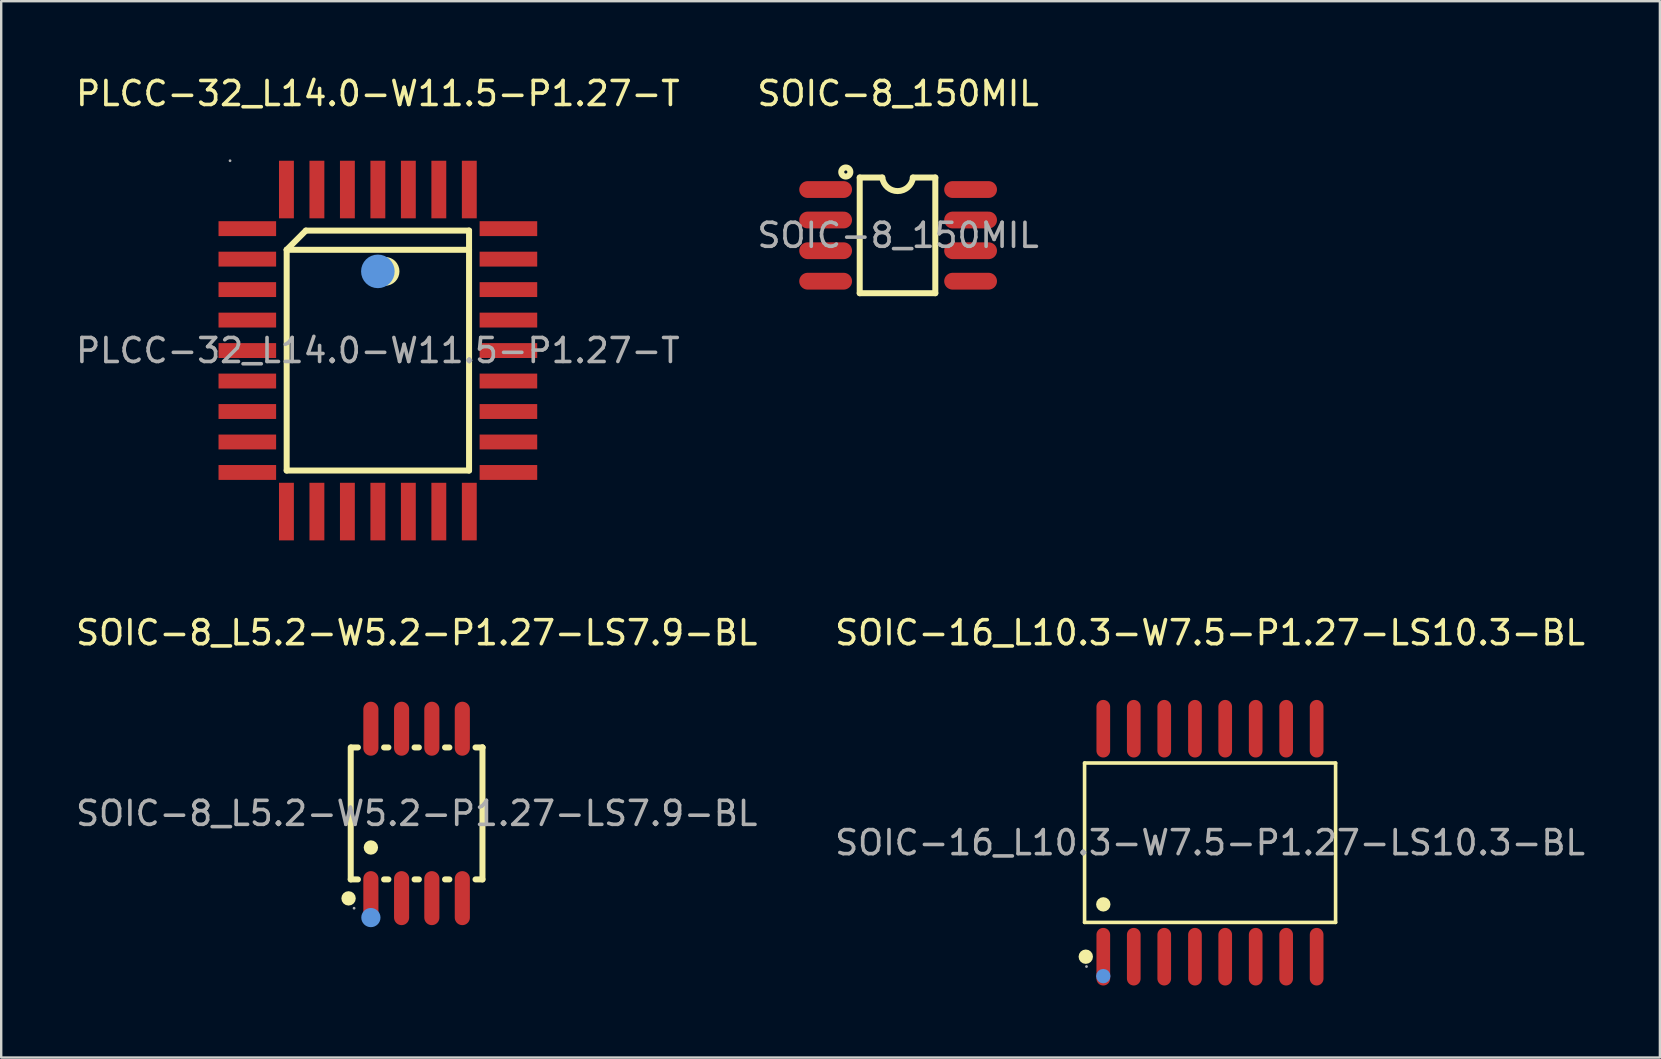
<source format=kicad_pcb>
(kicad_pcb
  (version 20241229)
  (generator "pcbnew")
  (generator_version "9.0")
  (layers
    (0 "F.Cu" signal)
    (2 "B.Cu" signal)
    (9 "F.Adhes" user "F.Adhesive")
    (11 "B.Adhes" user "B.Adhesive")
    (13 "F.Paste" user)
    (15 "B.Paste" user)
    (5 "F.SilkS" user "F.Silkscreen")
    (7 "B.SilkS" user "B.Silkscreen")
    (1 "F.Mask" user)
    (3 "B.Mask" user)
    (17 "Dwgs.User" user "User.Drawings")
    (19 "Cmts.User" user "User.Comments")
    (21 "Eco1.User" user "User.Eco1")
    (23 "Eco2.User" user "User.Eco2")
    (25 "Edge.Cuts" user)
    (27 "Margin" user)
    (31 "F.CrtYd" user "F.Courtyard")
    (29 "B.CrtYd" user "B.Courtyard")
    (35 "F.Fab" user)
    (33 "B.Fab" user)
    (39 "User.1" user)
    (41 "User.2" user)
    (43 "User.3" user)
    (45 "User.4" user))
  (footprint "SOIC-8_L5.2-W5.2-P1.27-LS7.9-BL"
    (layer "F.Cu")
    (at 14.315 30.846)
    (property "Reference" "SOIC-8_L5.2-W5.2-P1.27-LS7.9-BL" (at 0 -7.53 0) (layer "F.SilkS") (effects (font (size 1 1) (thickness 0.15))))
    (attr through_hole)
    (fp_line (start -2.75 -2.75) (end -2.75 2.75) (stroke (width 0.25) (type solid)) (layer "F.SilkS"))
    (fp_line (start -2.75 2.75) (end -2.45 2.75) (stroke (width 0.25) (type solid)) (layer "F.SilkS"))
    (fp_line (start -2.45 -2.75) (end -2.73 -2.75) (stroke (width 0.25) (type solid)) (layer "F.SilkS"))
    (fp_line (start -1.36 2.75) (end -1.18 2.75) (stroke (width 0.25) (type solid)) (layer "F.SilkS"))
    (fp_line (start -1.18 -2.75) (end -1.36 -2.75) (stroke (width 0.25) (type solid)) (layer "F.SilkS"))
    (fp_line (start -0.09 2.75) (end 0.09 2.75) (stroke (width 0.25) (type solid)) (layer "F.SilkS"))
    (fp_line (start 0.09 -2.75) (end -0.09 -2.75) (stroke (width 0.25) (type solid)) (layer "F.SilkS"))
    (fp_line (start 1.18 2.75) (end 1.36 2.75) (stroke (width 0.25) (type solid)) (layer "F.SilkS"))
    (fp_line (start 1.36 -2.75) (end 1.18 -2.75) (stroke (width 0.25) (type solid)) (layer "F.SilkS"))
    (fp_line (start 2.45 2.75) (end 2.74 2.75) (stroke (width 0.25) (type solid)) (layer "F.SilkS"))
    (fp_line (start 2.74 -2.75) (end 2.45 -2.75) (stroke (width 0.25) (type solid)) (layer "F.SilkS"))
    (fp_line (start 2.74 -2.75) (end 2.74 -2.75) (stroke (width 0.25) (type solid)) (layer "F.SilkS"))
    (fp_line (start 2.74 2.75) (end 2.74 -2.75) (stroke (width 0.25) (type solid)) (layer "F.SilkS"))
    (fp_circle (center -2.84 3.54) (end -2.69 3.54) (stroke (width 0.3) (type solid)) (fill no) (layer "F.SilkS"))
    (fp_circle (center -1.91 1.42) (end -1.76 1.42) (stroke (width 0.3) (type solid)) (fill no) (layer "F.SilkS"))
    (fp_circle (center -1.91 4.34) (end -1.71 4.34) (stroke (width 0.4) (type solid)) (fill no) (layer "Cmts.User"))
    (fp_circle (center -2.61 3.95) (end -2.58 3.95) (stroke (width 0.06) (type solid)) (fill no) (layer "F.Fab"))
    (fp_text user "${REFERENCE}" (at 0 0 0) (layer "F.Fab") (effects (font (size 1 1) (thickness 0.15))))
    (pad "1" smd oval (at -1.91 3.53) (size 0.63 2.25) (layers "F.Cu" "F.Mask" "F.Paste"))
    (pad "2" smd oval (at -0.63 3.53) (size 0.63 2.25) (layers "F.Cu" "F.Mask" "F.Paste"))
    (pad "3" smd oval (at 0.63 3.53) (size 0.63 2.25) (layers "F.Cu" "F.Mask" "F.Paste"))
    (pad "4" smd oval (at 1.9 3.53) (size 0.63 2.25) (layers "F.Cu" "F.Mask" "F.Paste"))
    (pad "5" smd oval (at 1.9 -3.53) (size 0.63 2.25) (layers "F.Cu" "F.Mask" "F.Paste"))
    (pad "6" smd oval (at 0.63 -3.53) (size 0.63 2.25) (layers "F.Cu" "F.Mask" "F.Paste"))
    (pad "7" smd oval (at -0.63 -3.53) (size 0.63 2.25) (layers "F.Cu" "F.Mask" "F.Paste"))
    (pad "8" smd oval (at -1.91 -3.53) (size 0.63 2.25) (layers "F.Cu" "F.Mask" "F.Paste")))
  (footprint "SOIC-8_150MIL"
    (layer "F.Cu")
    (at 34.375 6.758)
    (property "Reference" "SOIC-8_150MIL" (at 0 -5.91 0) (layer "F.SilkS") (effects (font (size 1 1) (thickness 0.15))))
    (attr through_hole)
    (fp_line (start -1.6 -2.41) (end -1.6 2.41) (stroke (width 0.25) (type solid)) (layer "F.SilkS"))
    (fp_line (start -1.6 2.41) (end 1.55 2.41) (stroke (width 0.25) (type solid)) (layer "F.SilkS"))
    (fp_line (start -0.66 -2.41) (end -1.6 -2.41) (stroke (width 0.25) (type solid)) (layer "F.SilkS"))
    (fp_line (start 1.55 -2.41) (end 0.61 -2.41) (stroke (width 0.25) (type solid)) (layer "F.SilkS"))
    (fp_line (start 1.55 2.41) (end 1.55 -2.41) (stroke (width 0.25) (type solid)) (layer "F.SilkS"))
    (fp_arc (start 0.619888 -2.409107) (mid -0.02045 -1.845019) (end -0.66 -2.41) (stroke (width 0.25) (type solid)) (layer "F.SilkS"))
    (fp_circle (center -2.18 -2.64) (end -1.99 -2.64) (stroke (width 0.25) (type solid)) (fill no) (layer "F.SilkS"))
    (fp_text user "${REFERENCE}" (at 0 0 0) (layer "F.Fab") (effects (font (size 1 1) (thickness 0.15))))
    (pad "1" smd oval (at -3.02 -1.91 90) (size 0.7 2.2) (layers "F.Cu" "F.Mask" "F.Paste"))
    (pad "2" smd oval (at -3.02 -0.64 90) (size 0.7 2.2) (layers "F.Cu" "F.Mask" "F.Paste"))
    (pad "3" smd oval (at -3.02 0.64 90) (size 0.7 2.2) (layers "F.Cu" "F.Mask" "F.Paste"))
    (pad "4" smd oval (at -3.02 1.91 90) (size 0.7 2.2) (layers "F.Cu" "F.Mask" "F.Paste"))
    (pad "5" smd oval (at 3.02 1.91 90) (size 0.7 2.2) (layers "F.Cu" "F.Mask" "F.Paste"))
    (pad "6" smd oval (at 3.02 0.64 90) (size 0.7 2.2) (layers "F.Cu" "F.Mask" "F.Paste"))
    (pad "7" smd oval (at 3.02 -0.64 90) (size 0.7 2.2) (layers "F.Cu" "F.Mask" "F.Paste"))
    (pad "8" smd oval (at 3.02 -1.91 90) (size 0.7 2.2) (layers "F.Cu" "F.Mask" "F.Paste")))
  (footprint "PLCC-32_L14.0-W11.5-P1.27-T"
    (layer "F.Cu")
    (at 12.696 11.558)
    (property "Reference" "PLCC-32_L14.0-W11.5-P1.27-T" (at 0 -10.71 0) (layer "F.SilkS") (effects (font (size 1 1) (thickness 0.15))))
    (attr through_hole)
    (fp_line (start -3.8 -4.2) (end -3 -5) (stroke (width 0.25) (type solid)) (layer "F.SilkS"))
    (fp_line (start -3.8 -4.2) (end 3.8 -4.2) (stroke (width 0.25) (type solid)) (layer "F.SilkS"))
    (fp_line (start -3.8 5) (end -3.8 -4.2) (stroke (width 0.25) (type solid)) (layer "F.SilkS"))
    (fp_line (start -3 -5) (end 3.8 -5) (stroke (width 0.25) (type solid)) (layer "F.SilkS"))
    (fp_line (start 3.8 -5) (end 3.8 5) (stroke (width 0.25) (type solid)) (layer "F.SilkS"))
    (fp_line (start 3.8 5) (end -3.8 5) (stroke (width 0.25) (type solid)) (layer "F.SilkS"))
    (fp_arc (start 0.3 -3.3) (mid 0.3 -3.3) (end 0.3 -3.3) (stroke (width 0.6) (type solid)) (layer "F.SilkS"))
    (fp_circle (center 0 -3.3) (end 0.35 -3.3) (stroke (width 0.7) (type solid)) (fill no) (layer "Cmts.User"))
    (fp_circle (center -6.16 -7.91) (end -6.13 -7.91) (stroke (width 0.06) (type solid)) (fill no) (layer "F.Fab"))
    (fp_text user "${REFERENCE}" (at 0 0 0) (layer "F.Fab") (effects (font (size 1 1) (thickness 0.15))))
    (pad "1" smd rect (at 0 -6.71 180) (size 0.62 2.4) (layers "F.Cu" "F.Mask" "F.Paste"))
    (pad "2" smd rect (at -1.27 -6.71 180) (size 0.62 2.4) (layers "F.Cu" "F.Mask" "F.Paste"))
    (pad "3" smd rect (at -2.54 -6.71 180) (size 0.62 2.4) (layers "F.Cu" "F.Mask" "F.Paste"))
    (pad "4" smd rect (at -3.81 -6.71 180) (size 0.62 2.4) (layers "F.Cu" "F.Mask" "F.Paste"))
    (pad "5" smd rect (at -5.44 -5.08 270) (size 0.62 2.4) (layers "F.Cu" "F.Mask" "F.Paste"))
    (pad "6" smd rect (at -5.44 -3.81 270) (size 0.62 2.4) (layers "F.Cu" "F.Mask" "F.Paste"))
    (pad "7" smd rect (at -5.44 -2.54 270) (size 0.62 2.4) (layers "F.Cu" "F.Mask" "F.Paste"))
    (pad "8" smd rect (at -5.44 -1.27 270) (size 0.62 2.4) (layers "F.Cu" "F.Mask" "F.Paste"))
    (pad "9" smd rect (at -5.44 0 270) (size 0.62 2.4) (layers "F.Cu" "F.Mask" "F.Paste"))
    (pad "10" smd rect (at -5.44 1.27 270) (size 0.62 2.4) (layers "F.Cu" "F.Mask" "F.Paste"))
    (pad "11" smd rect (at -5.44 2.54 270) (size 0.62 2.4) (layers "F.Cu" "F.Mask" "F.Paste"))
    (pad "12" smd rect (at -5.44 3.81 270) (size 0.62 2.4) (layers "F.Cu" "F.Mask" "F.Paste"))
    (pad "13" smd rect (at -5.44 5.08 270) (size 0.62 2.4) (layers "F.Cu" "F.Mask" "F.Paste"))
    (pad "14" smd rect (at -3.81 6.71) (size 0.62 2.4) (layers "F.Cu" "F.Mask" "F.Paste"))
    (pad "15" smd rect (at -2.54 6.71) (size 0.62 2.4) (layers "F.Cu" "F.Mask" "F.Paste"))
    (pad "16" smd rect (at -1.27 6.71) (size 0.62 2.4) (layers "F.Cu" "F.Mask" "F.Paste"))
    (pad "17" smd rect (at 0 6.71) (size 0.62 2.4) (layers "F.Cu" "F.Mask" "F.Paste"))
    (pad "18" smd rect (at 1.27 6.71) (size 0.62 2.4) (layers "F.Cu" "F.Mask" "F.Paste"))
    (pad "19" smd rect (at 2.54 6.71) (size 0.62 2.4) (layers "F.Cu" "F.Mask" "F.Paste"))
    (pad "20" smd rect (at 3.81 6.71) (size 0.62 2.4) (layers "F.Cu" "F.Mask" "F.Paste"))
    (pad "21" smd rect (at 5.44 5.08 90) (size 0.62 2.4) (layers "F.Cu" "F.Mask" "F.Paste"))
    (pad "22" smd rect (at 5.44 3.81 90) (size 0.62 2.4) (layers "F.Cu" "F.Mask" "F.Paste"))
    (pad "23" smd rect (at 5.44 2.54 90) (size 0.62 2.4) (layers "F.Cu" "F.Mask" "F.Paste"))
    (pad "24" smd rect (at 5.44 1.27 90) (size 0.62 2.4) (layers "F.Cu" "F.Mask" "F.Paste"))
    (pad "25" smd rect (at 5.44 0 90) (size 0.62 2.4) (layers "F.Cu" "F.Mask" "F.Paste"))
    (pad "26" smd rect (at 5.44 -1.27 90) (size 0.62 2.4) (layers "F.Cu" "F.Mask" "F.Paste"))
    (pad "27" smd rect (at 5.44 -2.54 90) (size 0.62 2.4) (layers "F.Cu" "F.Mask" "F.Paste"))
    (pad "28" smd rect (at 5.44 -3.81 90) (size 0.62 2.4) (layers "F.Cu" "F.Mask" "F.Paste"))
    (pad "29" smd rect (at 5.44 -5.08 90) (size 0.62 2.4) (layers "F.Cu" "F.Mask" "F.Paste"))
    (pad "30" smd rect (at 3.81 -6.71) (size 0.62 2.4) (layers "F.Cu" "F.Mask" "F.Paste"))
    (pad "31" smd rect (at 2.54 -6.71) (size 0.62 2.4) (layers "F.Cu" "F.Mask" "F.Paste"))
    (pad "32" smd rect (at 1.27 -6.71) (size 0.62 2.4) (layers "F.Cu" "F.Mask" "F.Paste")))
  (footprint "SOIC-16_L10.3-W7.5-P1.27-LS10.3-BL"
    (layer "F.Cu")
    (at 47.375 32.066)
    (property "Reference" "SOIC-16_L10.3-W7.5-P1.27-LS10.3-BL" (at 0 -8.75 0) (layer "F.SilkS") (effects (font (size 1 1) (thickness 0.15))))
    (attr through_hole)
    (fp_line (start -5.23 -3.32) (end 5.23 -3.32) (stroke (width 0.15) (type solid)) (layer "F.SilkS"))
    (fp_line (start -5.23 3.32) (end -5.23 -3.32) (stroke (width 0.15) (type solid)) (layer "F.SilkS"))
    (fp_line (start 5.23 -3.32) (end 5.23 3.32) (stroke (width 0.15) (type solid)) (layer "F.SilkS"))
    (fp_line (start 5.23 3.32) (end -5.23 3.32) (stroke (width 0.15) (type solid)) (layer "F.SilkS"))
    (fp_circle (center -5.18 4.75) (end -5.03 4.75) (stroke (width 0.3) (type solid)) (fill no) (layer "F.SilkS"))
    (fp_circle (center -4.45 2.57) (end -4.3 2.57) (stroke (width 0.3) (type solid)) (fill no) (layer "F.SilkS"))
    (fp_circle (center -4.45 5.56) (end -4.3 5.56) (stroke (width 0.3) (type solid)) (fill no) (layer "Cmts.User"))
    (fp_circle (center -5.15 5.16) (end -5.12 5.16) (stroke (width 0.06) (type solid)) (fill no) (layer "F.Fab"))
    (fp_text user "${REFERENCE}" (at 0 0 0) (layer "F.Fab") (effects (font (size 1 1) (thickness 0.15))))
    (pad "1" smd oval (at -4.45 4.75) (size 0.57 2.4) (layers "F.Cu" "F.Mask" "F.Paste"))
    (pad "2" smd oval (at -3.18 4.75) (size 0.57 2.4) (layers "F.Cu" "F.Mask" "F.Paste"))
    (pad "3" smd oval (at -1.91 4.75) (size 0.57 2.4) (layers "F.Cu" "F.Mask" "F.Paste"))
    (pad "4" smd oval (at -0.63 4.75) (size 0.57 2.4) (layers "F.Cu" "F.Mask" "F.Paste"))
    (pad "5" smd oval (at 0.63 4.75) (size 0.57 2.4) (layers "F.Cu" "F.Mask" "F.Paste"))
    (pad "6" smd oval (at 1.9 4.75) (size 0.57 2.4) (layers "F.Cu" "F.Mask" "F.Paste"))
    (pad "7" smd oval (at 3.17 4.75) (size 0.57 2.4) (layers "F.Cu" "F.Mask" "F.Paste"))
    (pad "8" smd oval (at 4.44 4.75) (size 0.57 2.4) (layers "F.Cu" "F.Mask" "F.Paste"))
    (pad "9" smd oval (at 4.44 -4.75) (size 0.57 2.4) (layers "F.Cu" "F.Mask" "F.Paste"))
    (pad "10" smd oval (at 3.17 -4.75) (size 0.57 2.4) (layers "F.Cu" "F.Mask" "F.Paste"))
    (pad "11" smd oval (at 1.9 -4.75) (size 0.57 2.4) (layers "F.Cu" "F.Mask" "F.Paste"))
    (pad "12" smd oval (at 0.63 -4.75) (size 0.57 2.4) (layers "F.Cu" "F.Mask" "F.Paste"))
    (pad "13" smd oval (at -0.63 -4.75) (size 0.57 2.4) (layers "F.Cu" "F.Mask" "F.Paste"))
    (pad "14" smd oval (at -1.91 -4.75) (size 0.57 2.4) (layers "F.Cu" "F.Mask" "F.Paste"))
    (pad "15" smd oval (at -3.18 -4.75) (size 0.57 2.4) (layers "F.Cu" "F.Mask" "F.Paste"))
    (pad "16" smd oval (at -4.45 -4.75) (size 0.57 2.4) (layers "F.Cu" "F.Mask" "F.Paste")))
  (gr_rect
    (start -3 -3)
    (end 66.119 41.017)
    (stroke (width 0.1) (type default))
    (fill no)
    (layer "Edge.Cuts")))
</source>
